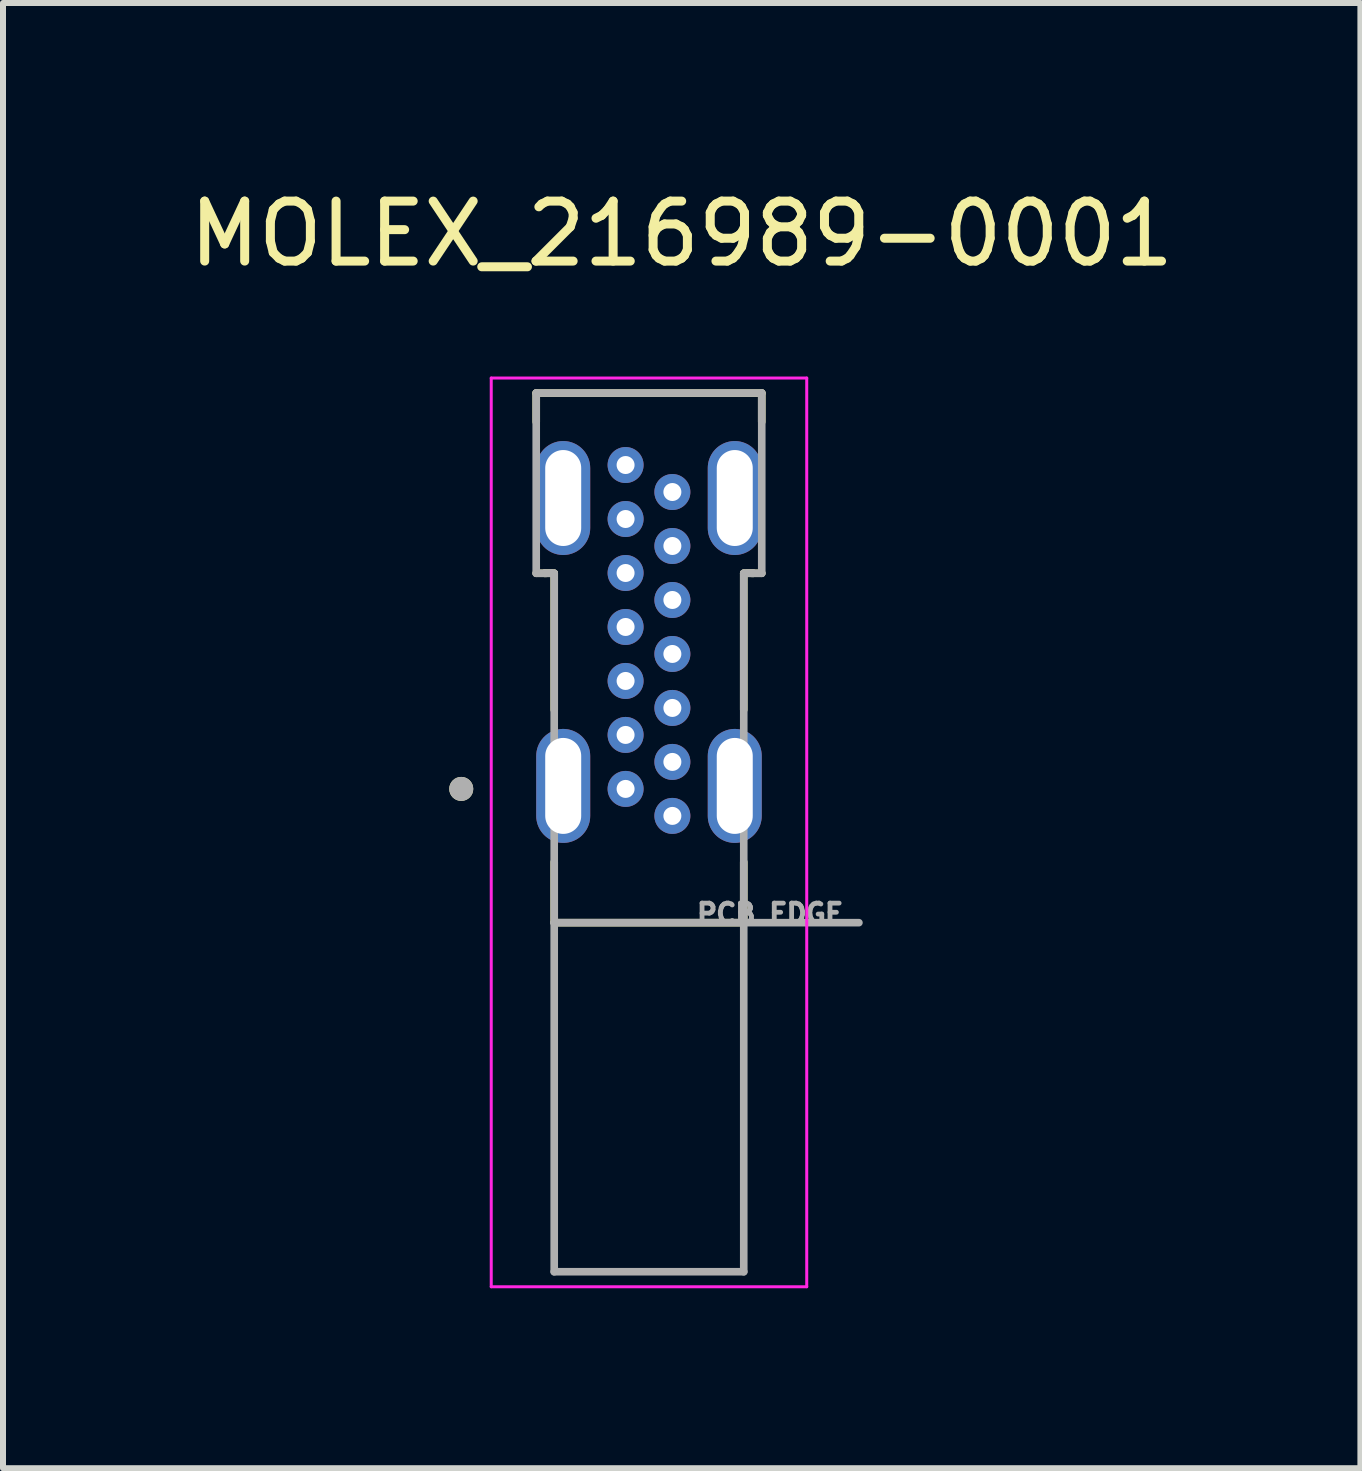
<source format=kicad_pcb>
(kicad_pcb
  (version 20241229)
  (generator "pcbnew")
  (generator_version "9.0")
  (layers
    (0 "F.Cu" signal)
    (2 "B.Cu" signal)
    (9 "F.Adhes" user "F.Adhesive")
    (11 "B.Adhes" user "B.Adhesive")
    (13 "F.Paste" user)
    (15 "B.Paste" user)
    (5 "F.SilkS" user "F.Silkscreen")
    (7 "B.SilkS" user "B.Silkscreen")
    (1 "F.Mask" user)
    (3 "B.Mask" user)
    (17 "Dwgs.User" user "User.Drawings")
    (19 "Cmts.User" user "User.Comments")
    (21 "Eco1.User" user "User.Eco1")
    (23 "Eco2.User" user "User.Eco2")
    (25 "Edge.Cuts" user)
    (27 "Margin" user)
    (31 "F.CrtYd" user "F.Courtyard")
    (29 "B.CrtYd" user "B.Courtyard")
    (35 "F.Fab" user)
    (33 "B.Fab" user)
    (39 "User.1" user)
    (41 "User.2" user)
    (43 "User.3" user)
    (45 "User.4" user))
  (footprint "MOLEX_216989-0001"
    (layer "F.Cu")
    (at 7.77 7.853)
    (property "Reference" "MOLEX_216989-0001" (at 0.545 -7.005 0) (layer "F.SilkS") (effects (font (size 1 1) (thickness 0.15))))
    (attr through_hole)
    (fp_line (start -1.88 -4.35) (end -1.88 -3.87) (stroke (width 0.127) (type solid)) (layer "F.SilkS"))
    (fp_line (start -1.88 -1.345) (end -1.736 -1.345) (stroke (width 0.127) (type solid)) (layer "F.SilkS"))
    (fp_line (start -1.736 -1.345) (end -1.636 -1.348) (stroke (width 0.127) (type solid)) (layer "F.SilkS"))
    (fp_line (start -1.736 -1.345) (end -1.58 -1.345) (stroke (width 0.127) (type solid)) (layer "F.SilkS"))
    (fp_line (start -1.636 -1.348) (end -1.635 -1.349) (stroke (width 0.127) (type solid)) (layer "F.SilkS"))
    (fp_line (start -1.58 0.93) (end -1.58 -1.345) (stroke (width 0.127) (type solid)) (layer "F.SilkS"))
    (fp_line (start -1.58 4.48) (end -1.58 3.47) (stroke (width 0.127) (type solid)) (layer "F.SilkS"))
    (fp_line (start 1.58 -1.345) (end 1.736 -1.345) (stroke (width 0.127) (type solid)) (layer "F.SilkS"))
    (fp_line (start 1.58 0.93) (end 1.58 -1.345) (stroke (width 0.127) (type solid)) (layer "F.SilkS"))
    (fp_line (start 1.58 4.48) (end -1.58 4.48) (stroke (width 0.127) (type solid)) (layer "F.SilkS"))
    (fp_line (start 1.58 4.48) (end 1.58 3.47) (stroke (width 0.127) (type solid)) (layer "F.SilkS"))
    (fp_line (start 1.636 -1.348) (end 1.736 -1.345) (stroke (width 0.127) (type solid)) (layer "F.SilkS"))
    (fp_line (start 1.736 -1.345) (end 1.88 -1.345) (stroke (width 0.127) (type solid)) (layer "F.SilkS"))
    (fp_line (start 1.88 -4.35) (end -1.88 -4.35) (stroke (width 0.127) (type solid)) (layer "F.SilkS"))
    (fp_line (start 1.88 -3.87) (end 1.88 -4.35) (stroke (width 0.127) (type solid)) (layer "F.SilkS"))
    (fp_circle (center -3.13 2.25) (end -3.03 2.25) (stroke (width 0.2) (type solid)) (fill no) (layer "F.SilkS"))
    (fp_line (start -2.63 -4.6) (end -2.63 10.55) (stroke (width 0.05) (type solid)) (layer "F.CrtYd"))
    (fp_line (start -2.63 10.55) (end 2.63 10.55) (stroke (width 0.05) (type solid)) (layer "F.CrtYd"))
    (fp_line (start 2.63 -4.6) (end -2.63 -4.6) (stroke (width 0.05) (type solid)) (layer "F.CrtYd"))
    (fp_line (start 2.63 10.55) (end 2.63 -4.6) (stroke (width 0.05) (type solid)) (layer "F.CrtYd"))
    (fp_line (start -1.88 -4.35) (end -1.88 -1.345) (stroke (width 0.127) (type solid)) (layer "F.Fab"))
    (fp_line (start -1.88 -1.345) (end -1.736 -1.345) (stroke (width 0.127) (type solid)) (layer "F.Fab"))
    (fp_line (start -1.736 -1.345) (end -1.636 -1.348) (stroke (width 0.127) (type solid)) (layer "F.Fab"))
    (fp_line (start -1.736 -1.345) (end -1.58 -1.345) (stroke (width 0.127) (type solid)) (layer "F.Fab"))
    (fp_line (start -1.636 -1.348) (end -1.635 -1.349) (stroke (width 0.127) (type solid)) (layer "F.Fab"))
    (fp_line (start -1.58 4.48) (end -1.58 -1.345) (stroke (width 0.127) (type solid)) (layer "F.Fab"))
    (fp_line (start -1.58 10.3) (end -1.58 4.48) (stroke (width 0.127) (type solid)) (layer "F.Fab"))
    (fp_line (start 1.58 -1.345) (end 1.736 -1.345) (stroke (width 0.127) (type solid)) (layer "F.Fab"))
    (fp_line (start 1.58 4.48) (end -1.58 4.48) (stroke (width 0.127) (type solid)) (layer "F.Fab"))
    (fp_line (start 1.58 4.48) (end 1.58 -1.345) (stroke (width 0.127) (type solid)) (layer "F.Fab"))
    (fp_line (start 1.58 4.48) (end 3.5 4.48) (stroke (width 0.127) (type solid)) (layer "F.Fab"))
    (fp_line (start 1.58 10.3) (end -1.58 10.3) (stroke (width 0.127) (type solid)) (layer "F.Fab"))
    (fp_line (start 1.58 10.3) (end 1.58 4.48) (stroke (width 0.127) (type solid)) (layer "F.Fab"))
    (fp_line (start 1.636 -1.348) (end 1.736 -1.345) (stroke (width 0.127) (type solid)) (layer "F.Fab"))
    (fp_line (start 1.736 -1.345) (end 1.88 -1.345) (stroke (width 0.127) (type solid)) (layer "F.Fab"))
    (fp_line (start 1.88 -4.35) (end -1.88 -4.35) (stroke (width 0.127) (type solid)) (layer "F.Fab"))
    (fp_line (start 1.88 -1.345) (end 1.88 -4.35) (stroke (width 0.127) (type solid)) (layer "F.Fab"))
    (fp_circle (center -3.13 2.25) (end -3.03 2.25) (stroke (width 0.2) (type solid)) (fill no) (layer "F.Fab"))
    (fp_text user "PCB EDGE" (at 2.02 4.33 0) (layer "F.Fab") (effects (font (size 0.32 0.32) (thickness 0.08))))
    (pad "A1" thru_hole circle (at -0.39 2.25) (size 0.6 0.6) (drill 0.3) (layers "*.Cu" "*.Mask"))
    (pad "A4" thru_hole circle (at -0.39 1.35) (size 0.6 0.6) (drill 0.3) (layers "*.Cu" "*.Mask"))
    (pad "A5" thru_hole circle (at -0.39 0.45) (size 0.6 0.6) (drill 0.3) (layers "*.Cu" "*.Mask"))
    (pad "A6" thru_hole circle (at -0.39 -0.45) (size 0.6 0.6) (drill 0.3) (layers "*.Cu" "*.Mask"))
    (pad "A7" thru_hole circle (at -0.39 -1.35) (size 0.6 0.6) (drill 0.3) (layers "*.Cu" "*.Mask"))
    (pad "A9" thru_hole circle (at -0.39 -2.25) (size 0.6 0.6) (drill 0.3) (layers "*.Cu" "*.Mask"))
    (pad "A12" thru_hole circle (at -0.39 -3.15) (size 0.6 0.6) (drill 0.3) (layers "*.Cu" "*.Mask"))
    (pad "B1" thru_hole circle (at 0.39 -2.7) (size 0.6 0.6) (drill 0.3) (layers "*.Cu" "*.Mask"))
    (pad "B4" thru_hole circle (at 0.39 -1.8) (size 0.6 0.6) (drill 0.3) (layers "*.Cu" "*.Mask"))
    (pad "B5" thru_hole circle (at 0.39 -0.9) (size 0.6 0.6) (drill 0.3) (layers "*.Cu" "*.Mask"))
    (pad "B6" thru_hole circle (at 0.39 0) (size 0.6 0.6) (drill 0.3) (layers "*.Cu" "*.Mask"))
    (pad "B7" thru_hole circle (at 0.39 0.9) (size 0.6 0.6) (drill 0.3) (layers "*.Cu" "*.Mask"))
    (pad "B9" thru_hole circle (at 0.39 1.8) (size 0.6 0.6) (drill 0.3) (layers "*.Cu" "*.Mask"))
    (pad "B12" thru_hole circle (at 0.39 2.7) (size 0.6 0.6) (drill 0.3) (layers "*.Cu" "*.Mask"))
    (pad "S1" thru_hole oval (at -1.43 -2.6) (size 0.9 1.9) (drill oval 0.6 1.6) (layers "*.Cu" "*.Mask"))
    (pad "S1" thru_hole oval (at -1.43 2.2) (size 0.9 1.9) (drill oval 0.6 1.6) (layers "*.Cu" "*.Mask"))
    (pad "S1" thru_hole oval (at 1.43 -2.6) (size 0.9 1.9) (drill oval 0.6 1.6) (layers "*.Cu" "*.Mask"))
    (pad "S1" thru_hole oval (at 1.43 2.2) (size 0.9 1.9) (drill oval 0.6 1.6) (layers "*.Cu" "*.Mask")))
  (gr_rect
    (start -3 -3)
    (end 19.631 21.428)
    (stroke (width 0.1) (type default))
    (fill no)
    (layer "Edge.Cuts")))
</source>
